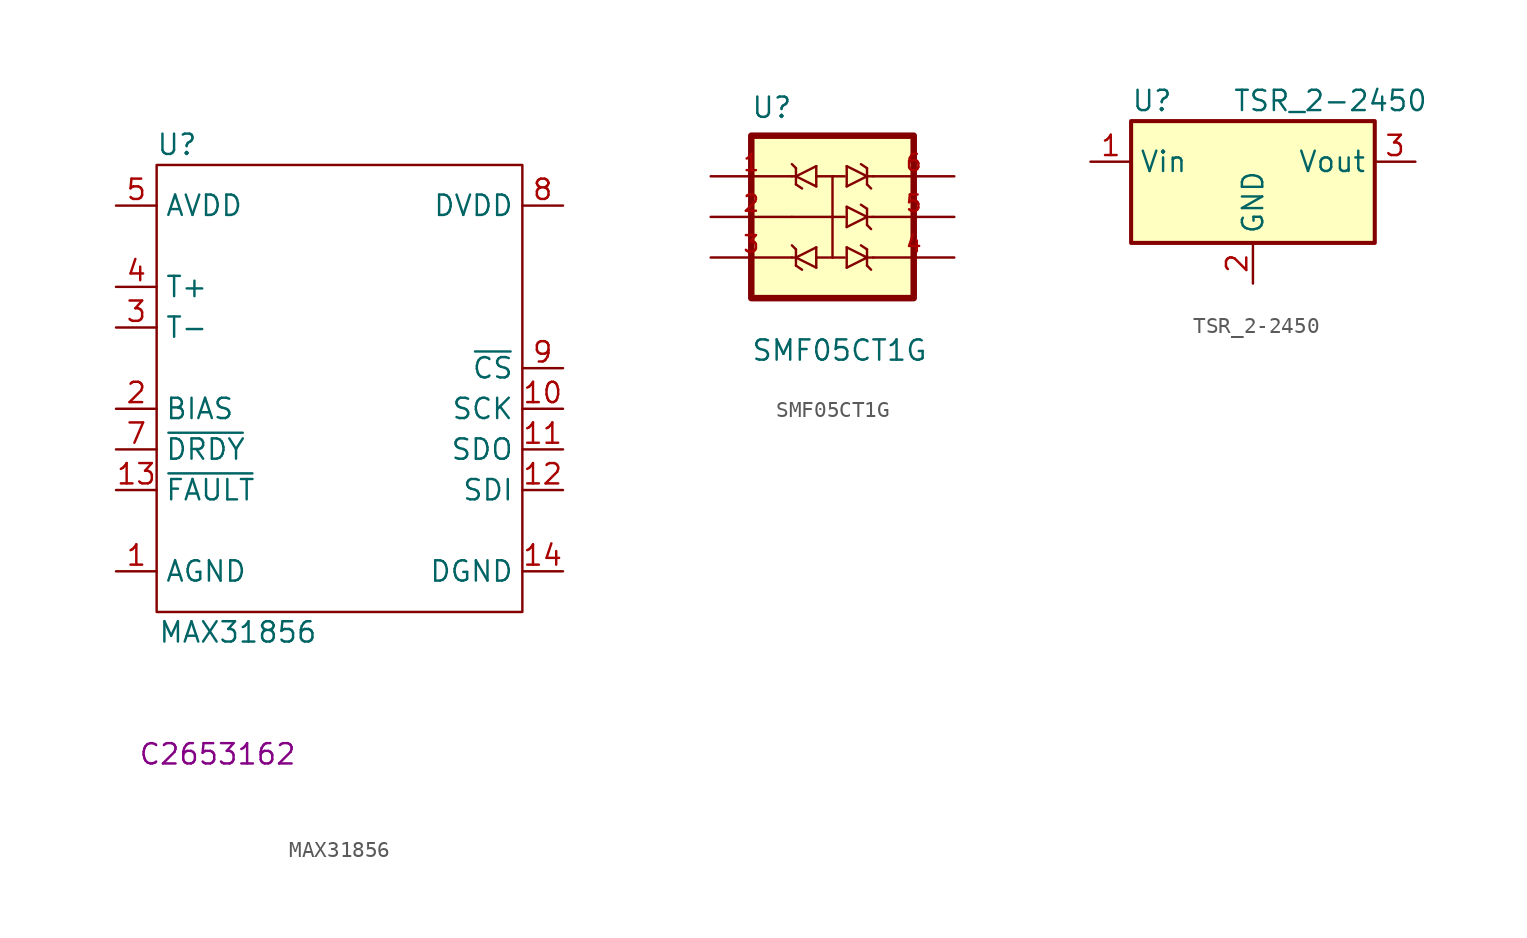
<source format=kicad_sym>
(kicad_symbol_lib
  (version 20211014)
  (generator kicad_symbol_editor)
  (symbol "MAX31856"
    (property "Reference" "U"
      (at 1.27 29.21 0)
      (effects (font (size 1.27 1.27))))
    (property "Value" "MAX31856"
      (at 5.08 -1.27 0)
      (effects (font (size 1.27 1.27))))
    (property "LCSC" "C2653162"
      (at 3.81 -8.89 0)
      (effects (font (size 1.27 1.27))))
    (symbol "MAX31856_0_0"
      (pin input line (at 25.4 12.7 180) (length 2.54) (name "SCK" (effects (font (size 1.27 1.27)))) (number "10" (effects (font (size 1.27 1.27)))))
      (pin output line (at 25.4 10.16 180) (length 2.54) (name "SDO" (effects (font (size 1.27 1.27)))) (number "11" (effects (font (size 1.27 1.27)))))
      (pin input line (at 25.4 7.62 180) (length 2.54) (name "SDI" (effects (font (size 1.27 1.27)))) (number "12" (effects (font (size 1.27 1.27)))))
      (pin output line (at -2.54 7.62 0) (length 2.54) (name "~{FAULT}" (effects (font (size 1.27 1.27)))) (number "13" (effects (font (size 1.27 1.27)))))
      (pin power_out line (at 25.4 2.54 180) (length 2.54) (name "DGND" (effects (font (size 1.27 1.27)))) (number "14" (effects (font (size 1.27 1.27)))))
      (pin output line (at -2.54 10.16 0) (length 2.54) (name "~{DRDY}" (effects (font (size 1.27 1.27)))) (number "7" (effects (font (size 1.27 1.27)))))
      (pin power_in line (at 25.4 25.4 180) (length 2.54) (name "DVDD" (effects (font (size 1.27 1.27)))) (number "8" (effects (font (size 1.27 1.27)))))
      (pin input line (at 25.4 15.24 180) (length 2.54) (name "~{CS}" (effects (font (size 1.27 1.27)))) (number "9" (effects (font (size 1.27 1.27))))))
    (symbol "MAX31856_0_1"
      (rectangle (start 0 27.94) (end 22.86 0) (stroke (width 0) (type default) (color 0 0 0 0)) (fill (type none))))
    (symbol "MAX31856_1_1"
      (pin power_out line (at -2.54 2.54 0) (length 2.54) (name "AGND" (effects (font (size 1.27 1.27)))) (number "1" (effects (font (size 1.27 1.27)))))
      (pin output line (at -2.54 12.7 0) (length 2.54) (name "BIAS" (effects (font (size 1.27 1.27)))) (number "2" (effects (font (size 1.27 1.27)))))
      (pin input line (at -2.54 17.78 0) (length 2.54) (name "T-" (effects (font (size 1.27 1.27)))) (number "3" (effects (font (size 1.27 1.27)))))
      (pin input line (at -2.54 20.32 0) (length 2.54) (name "T+" (effects (font (size 1.27 1.27)))) (number "4" (effects (font (size 1.27 1.27)))))
      (pin power_in line (at -2.54 25.4 0) (length 2.54) (name "AVDD" (effects (font (size 1.27 1.27)))) (number "5" (effects (font (size 1.27 1.27)))))
      (pin no_connect line (at 25.4 21.59 180) (length 2.54) hide (name "DNC" (effects (font (size 1.27 1.27)))) (number "6" (effects (font (size 1.27 1.27)))))))
  (symbol "SMF05CT1G"
    (pin_names
      (offset 1.016) hide)
    (property "Reference" "U"
      (at -5.105 6.096 0)
      (effects (font (size 1.27 1.27)) (justify left bottom)))
    (property "Value" "SMF05CT1G"
      (at -5.105 -9.093 0)
      (effects (font (size 1.27 1.27)) (justify left bottom)))
    (property "ki_locked" ""
      (at 0 0 0)
      (effects (font (size 1.27 1.27))))
    (symbol "SMF05CT1G_0_0"
      (rectangle (start -5.08 -5.08) (end 5.08 5.08) (stroke (width 0.406) (type default) (color 0 0 0 0)) (fill (type background)))
      (polyline (pts (xy -2.54 -1.778) (xy -2.286 -2.032)) (stroke (width 0.152) (type default) (color 0 0 0 0)) (fill (type none)))
      (polyline (pts (xy -2.54 3.302) (xy -2.286 3.048)) (stroke (width 0.152) (type default) (color 0 0 0 0)) (fill (type none)))
      (polyline (pts (xy -2.286 -3.048) (xy -1.905 -3.302)) (stroke (width 0.152) (type default) (color 0 0 0 0)) (fill (type none)))
      (polyline (pts (xy -2.286 -2.54) (xy -2.54 -2.54)) (stroke (width 0.152) (type default) (color 0 0 0 0)) (fill (type none)))
      (polyline (pts (xy -2.286 -2.54) (xy -2.286 -3.048)) (stroke (width 0.152) (type default) (color 0 0 0 0)) (fill (type none)))
      (polyline (pts (xy -2.286 -2.54) (xy -1.016 -3.175)) (stroke (width 0.152) (type default) (color 0 0 0 0)) (fill (type none)))
      (polyline (pts (xy -2.286 -2.032) (xy -2.286 -2.54)) (stroke (width 0.152) (type default) (color 0 0 0 0)) (fill (type none)))
      (polyline (pts (xy -2.286 2.032) (xy -1.905 1.778)) (stroke (width 0.152) (type default) (color 0 0 0 0)) (fill (type none)))
      (polyline (pts (xy -2.286 2.54) (xy -2.54 2.54)) (stroke (width 0.152) (type default) (color 0 0 0 0)) (fill (type none)))
      (polyline (pts (xy -2.286 2.54) (xy -2.286 2.032)) (stroke (width 0.152) (type default) (color 0 0 0 0)) (fill (type none)))
      (polyline (pts (xy -2.286 2.54) (xy -1.016 1.905)) (stroke (width 0.152) (type default) (color 0 0 0 0)) (fill (type none)))
      (polyline (pts (xy -2.286 3.048) (xy -2.286 2.54)) (stroke (width 0.152) (type default) (color 0 0 0 0)) (fill (type none)))
      (polyline (pts (xy -1.016 -3.175) (xy -1.016 -2.54)) (stroke (width 0.152) (type default) (color 0 0 0 0)) (fill (type none)))
      (polyline (pts (xy -1.016 -2.54) (xy -1.016 -1.905)) (stroke (width 0.152) (type default) (color 0 0 0 0)) (fill (type none)))
      (polyline (pts (xy -1.016 -2.54) (xy 0 -2.54)) (stroke (width 0.152) (type default) (color 0 0 0 0)) (fill (type none)))
      (polyline (pts (xy -1.016 -1.905) (xy -2.286 -2.54)) (stroke (width 0.152) (type default) (color 0 0 0 0)) (fill (type none)))
      (polyline (pts (xy -1.016 1.905) (xy -1.016 2.54)) (stroke (width 0.152) (type default) (color 0 0 0 0)) (fill (type none)))
      (polyline (pts (xy -1.016 2.54) (xy -1.016 3.175)) (stroke (width 0.152) (type default) (color 0 0 0 0)) (fill (type none)))
      (polyline (pts (xy -1.016 2.54) (xy 0 2.54)) (stroke (width 0.152) (type default) (color 0 0 0 0)) (fill (type none)))
      (polyline (pts (xy -1.016 3.175) (xy -2.286 2.54)) (stroke (width 0.152) (type default) (color 0 0 0 0)) (fill (type none)))
      (polyline (pts (xy 0 -2.54) (xy 0.762 -2.54)) (stroke (width 0.152) (type default) (color 0 0 0 0)) (fill (type none)))
      (polyline (pts (xy 0 0) (xy -2.54 0)) (stroke (width 0.152) (type default) (color 0 0 0 0)) (fill (type none)))
      (polyline (pts (xy 0 0) (xy 0 -2.54)) (stroke (width 0.152) (type default) (color 0 0 0 0)) (fill (type none)))
      (polyline (pts (xy 0 2.54) (xy 0 0)) (stroke (width 0.152) (type default) (color 0 0 0 0)) (fill (type none)))
      (polyline (pts (xy 0 2.54) (xy 0.762 2.54)) (stroke (width 0.152) (type default) (color 0 0 0 0)) (fill (type none)))
      (polyline (pts (xy 0.762 0) (xy 0 0)) (stroke (width 0.152) (type default) (color 0 0 0 0)) (fill (type none)))
      (polyline (pts (xy 0.889 -3.175) (xy 2.159 -2.54)) (stroke (width 0.152) (type default) (color 0 0 0 0)) (fill (type none)))
      (polyline (pts (xy 0.889 -1.905) (xy 0.889 -3.175)) (stroke (width 0.152) (type default) (color 0 0 0 0)) (fill (type none)))
      (polyline (pts (xy 0.889 -0.635) (xy 2.159 0)) (stroke (width 0.152) (type default) (color 0 0 0 0)) (fill (type none)))
      (polyline (pts (xy 0.889 0.635) (xy 0.889 -0.635)) (stroke (width 0.152) (type default) (color 0 0 0 0)) (fill (type none)))
      (polyline (pts (xy 0.889 1.905) (xy 2.159 2.54)) (stroke (width 0.152) (type default) (color 0 0 0 0)) (fill (type none)))
      (polyline (pts (xy 0.889 3.175) (xy 0.889 1.905)) (stroke (width 0.152) (type default) (color 0 0 0 0)) (fill (type none)))
      (polyline (pts (xy 2.032 -2.54) (xy 2.54 -2.54)) (stroke (width 0.152) (type default) (color 0 0 0 0)) (fill (type none)))
      (polyline (pts (xy 2.032 2.54) (xy 2.54 2.54)) (stroke (width 0.152) (type default) (color 0 0 0 0)) (fill (type none)))
      (polyline (pts (xy 2.159 -3.048) (xy 2.159 -2.032)) (stroke (width 0.152) (type default) (color 0 0 0 0)) (fill (type none)))
      (polyline (pts (xy 2.159 -2.54) (xy 0.889 -1.905)) (stroke (width 0.152) (type default) (color 0 0 0 0)) (fill (type none)))
      (polyline (pts (xy 2.159 -2.032) (xy 1.778 -1.778)) (stroke (width 0.152) (type default) (color 0 0 0 0)) (fill (type none)))
      (polyline (pts (xy 2.159 -0.508) (xy 2.159 0.508)) (stroke (width 0.152) (type default) (color 0 0 0 0)) (fill (type none)))
      (polyline (pts (xy 2.159 0) (xy 0.889 0.635)) (stroke (width 0.152) (type default) (color 0 0 0 0)) (fill (type none)))
      (polyline (pts (xy 2.159 0.508) (xy 1.778 0.762)) (stroke (width 0.152) (type default) (color 0 0 0 0)) (fill (type none)))
      (polyline (pts (xy 2.159 2.032) (xy 2.159 3.048)) (stroke (width 0.152) (type default) (color 0 0 0 0)) (fill (type none)))
      (polyline (pts (xy 2.159 2.54) (xy 0.889 3.175)) (stroke (width 0.152) (type default) (color 0 0 0 0)) (fill (type none)))
      (polyline (pts (xy 2.159 3.048) (xy 1.778 3.302)) (stroke (width 0.152) (type default) (color 0 0 0 0)) (fill (type none)))
      (polyline (pts (xy 2.286 0) (xy 2.54 0)) (stroke (width 0.152) (type default) (color 0 0 0 0)) (fill (type none)))
      (polyline (pts (xy 2.413 -3.302) (xy 2.159 -3.048)) (stroke (width 0.152) (type default) (color 0 0 0 0)) (fill (type none)))
      (polyline (pts (xy 2.413 -0.762) (xy 2.159 -0.508)) (stroke (width 0.152) (type default) (color 0 0 0 0)) (fill (type none)))
      (polyline (pts (xy 2.413 1.778) (xy 2.159 2.032)) (stroke (width 0.152) (type default) (color 0 0 0 0)) (fill (type none)))
      (pin passive line (at -7.62 2.54 0) (length 5.08) (name "~" (effects (font (size 1.016 1.016)))) (number "1" (effects (font (size 1.016 1.016)))))
      (pin passive line (at -7.62 0 0) (length 5.08) (name "~" (effects (font (size 1.016 1.016)))) (number "2" (effects (font (size 1.016 1.016)))))
      (pin passive line (at -7.62 -2.54 0) (length 5.08) (name "~" (effects (font (size 1.016 1.016)))) (number "3" (effects (font (size 1.016 1.016)))))
      (pin passive line (at 7.62 -2.54 180) (length 5.08) (name "~" (effects (font (size 1.016 1.016)))) (number "4" (effects (font (size 1.016 1.016)))))
      (pin passive line (at 7.62 0 180) (length 5.08) (name "~" (effects (font (size 1.016 1.016)))) (number "5" (effects (font (size 1.016 1.016)))))
      (pin passive line (at 7.62 2.54 180) (length 5.08) (name "~" (effects (font (size 1.016 1.016)))) (number "6" (effects (font (size 1.016 1.016)))))))
  (symbol "TSR_2-2450"
    (property "Reference" "U"
      (at -7.62 6.35 0)
      (effects (font (size 1.27 1.27)) (justify left)))
    (property "Value" "TSR_2-2450"
      (at -1.27 6.35 0)
      (effects (font (size 1.27 1.27)) (justify left)))
    (symbol "TSR_2-2450_0_1"
      (rectangle (start -7.62 5.08) (end 7.62 -2.54) (stroke (width 0.254) (type default) (color 0 0 0 0)) (fill (type background))))
    (symbol "TSR_2-2450_1_1"
      (pin power_in line (at -10.16 2.54 0) (length 2.54) (name "Vin" (effects (font (size 1.27 1.27)))) (number "1" (effects (font (size 1.27 1.27)))))
      (pin power_in line (at 0 -5.08 90) (length 2.54) (name "GND" (effects (font (size 1.27 1.27)))) (number "2" (effects (font (size 1.27 1.27)))))
      (pin power_out line (at 10.16 2.54 180) (length 2.54) (name "Vout" (effects (font (size 1.27 1.27)))) (number "3" (effects (font (size 1.27 1.27))))))))
</source>
